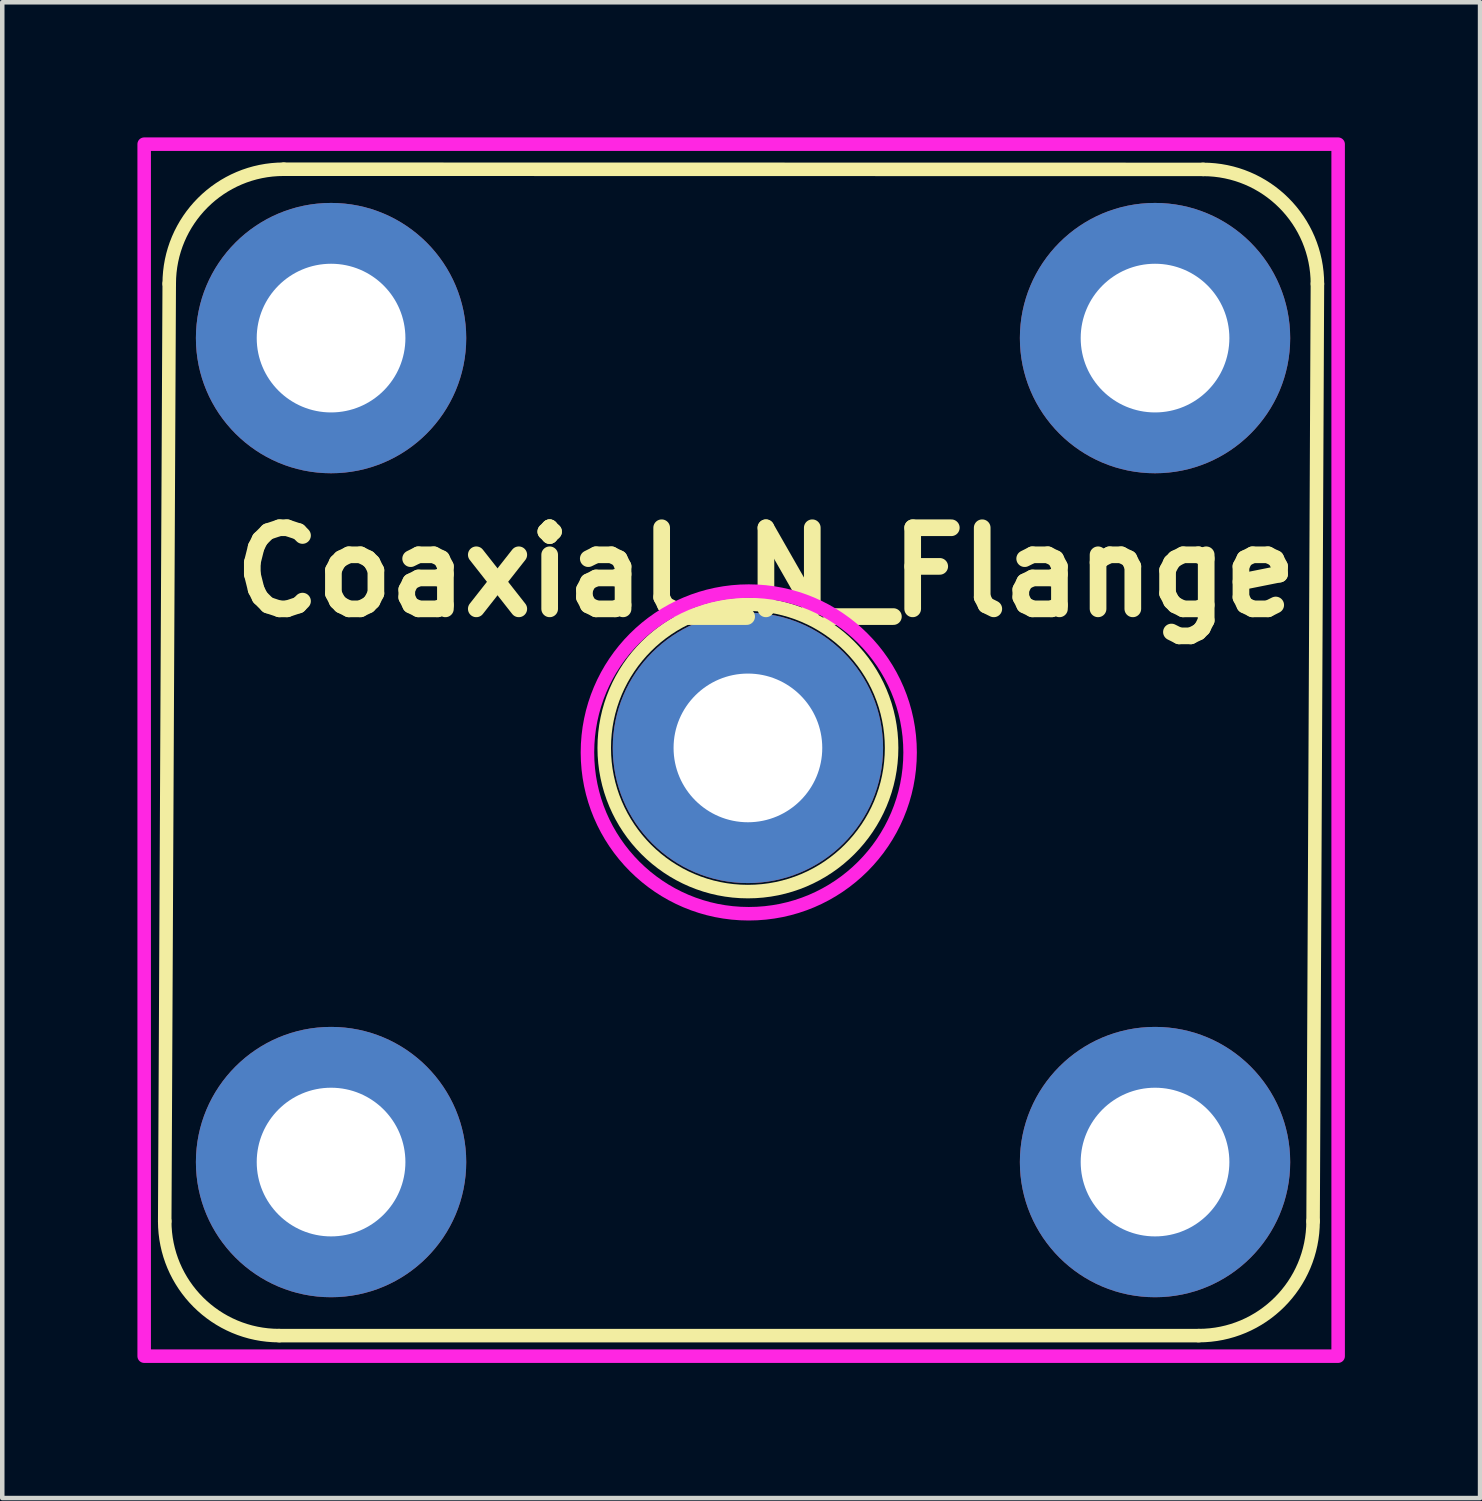
<source format=kicad_pcb>
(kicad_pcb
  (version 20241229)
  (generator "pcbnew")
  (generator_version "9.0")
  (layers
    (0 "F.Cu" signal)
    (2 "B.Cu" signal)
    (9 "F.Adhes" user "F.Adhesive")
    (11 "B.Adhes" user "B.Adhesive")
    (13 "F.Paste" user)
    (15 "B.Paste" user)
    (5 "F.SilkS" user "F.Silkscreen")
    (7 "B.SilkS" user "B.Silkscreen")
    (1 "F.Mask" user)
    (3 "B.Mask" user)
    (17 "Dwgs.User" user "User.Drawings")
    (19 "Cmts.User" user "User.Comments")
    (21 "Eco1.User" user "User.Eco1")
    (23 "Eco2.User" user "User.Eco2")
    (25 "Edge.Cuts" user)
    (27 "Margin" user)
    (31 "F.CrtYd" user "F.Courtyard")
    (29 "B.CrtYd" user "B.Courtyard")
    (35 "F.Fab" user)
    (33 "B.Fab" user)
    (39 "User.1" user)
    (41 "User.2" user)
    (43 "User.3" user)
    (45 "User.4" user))
  (footprint "Coaxial_N_Flange"
    (layer "F.Cu")
    (at 13.55 13.35)
    (property "Reference" "Coaxial_N_Flange" (at 0.4 -3.7 0) (unlocked yes) (layer "F.SilkS") (effects (font (size 1.8 1.8) (thickness 0.37))))
    (attr through_hole)
    (fp_line (start -12.944 10.704) (end -12.844 -10.104) (stroke (width 0.3) (type default)) (layer "F.SilkS"))
    (fp_line (start -10.304 -12.644) (end 10.1 -12.64) (stroke (width 0.3) (type default)) (layer "F.SilkS"))
    (fp_line (start 10.004 13.244) (end -10.404 13.244) (stroke (width 0.3) (type default)) (layer "F.SilkS"))
    (fp_line (start 12.64 -10.1) (end 12.544 10.704) (stroke (width 0.3) (type default)) (layer "F.SilkS"))
    (fp_arc (start -12.843949 -10.103949) (mid -12.1 -11.9) (end -10.303949 -12.643949) (stroke (width 0.3) (type default)) (layer "F.SilkS"))
    (fp_arc (start -10.403949 13.243949) (mid -12.2 12.5) (end -12.943949 10.703949) (stroke (width 0.3) (type default)) (layer "F.SilkS"))
    (fp_arc (start 10.100001 -12.640001) (mid 11.896052 -11.896052) (end 12.640001 -10.100001) (stroke (width 0.3) (type default)) (layer "F.SilkS"))
    (fp_arc (start 12.543949 10.703949) (mid 11.8 12.5) (end 10.003949 13.243949) (stroke (width 0.3) (type default)) (layer "F.SilkS"))
    (fp_circle (center 0 0.2) (end 3.189 0.2) (stroke (width 0.3) (type default)) (fill no) (layer "F.SilkS"))
    (fp_rect (start -13.4 -13.2) (end 13.1 13.7) (stroke (width 0.3) (type default)) (fill no) (layer "F.CrtYd"))
    (fp_circle (center 0.019 0.3) (end 2.919 2.4) (stroke (width 0.3) (type default)) (fill no) (layer "F.CrtYd"))
    (pad "1" thru_hole circle (at 0 0.2) (size 6 6) (drill 3.3) (layers "*.Cu" "*.Mask"))
    (pad "2" thru_hole circle (at -9.252 -8.896) (size 6 6) (drill 3.3) (layers "*.Cu" "*.Mask"))
    (pad "2" thru_hole circle (at -9.252 9.392) (size 6 6) (drill 3.3) (layers "*.Cu" "*.Mask"))
    (pad "2" thru_hole circle (at 9.036 -8.896) (size 6 6) (drill 3.3) (layers "*.Cu" "*.Mask"))
    (pad "2" thru_hole circle (at 9.036 9.392) (size 6 6) (drill 3.3) (layers "*.Cu" "*.Mask")))
  (gr_rect
    (start -3 -3)
    (end 29.8 30.2)
    (stroke (width 0.1) (type default))
    (fill no)
    (layer "Edge.Cuts")))
</source>
